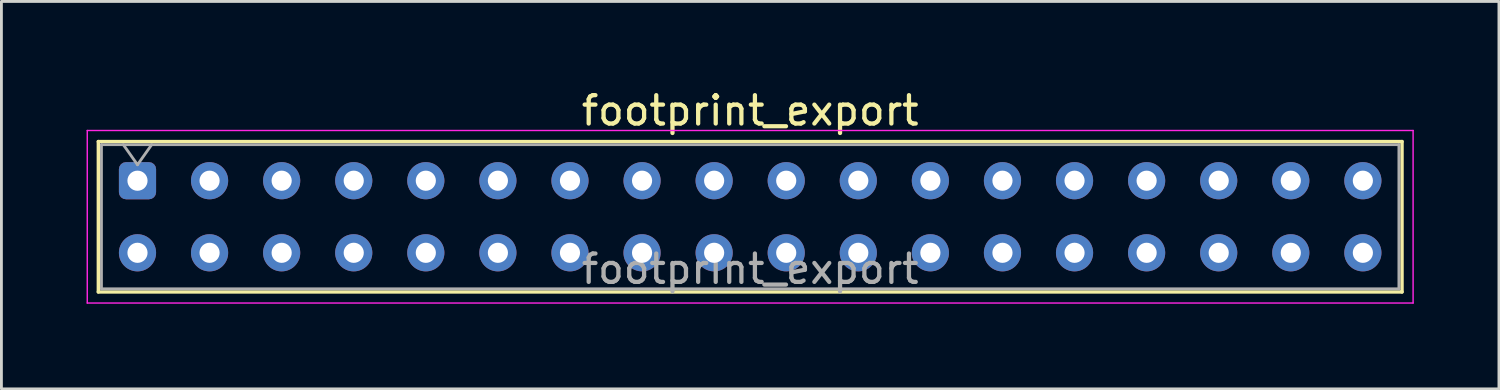
<source format=kicad_pcb>
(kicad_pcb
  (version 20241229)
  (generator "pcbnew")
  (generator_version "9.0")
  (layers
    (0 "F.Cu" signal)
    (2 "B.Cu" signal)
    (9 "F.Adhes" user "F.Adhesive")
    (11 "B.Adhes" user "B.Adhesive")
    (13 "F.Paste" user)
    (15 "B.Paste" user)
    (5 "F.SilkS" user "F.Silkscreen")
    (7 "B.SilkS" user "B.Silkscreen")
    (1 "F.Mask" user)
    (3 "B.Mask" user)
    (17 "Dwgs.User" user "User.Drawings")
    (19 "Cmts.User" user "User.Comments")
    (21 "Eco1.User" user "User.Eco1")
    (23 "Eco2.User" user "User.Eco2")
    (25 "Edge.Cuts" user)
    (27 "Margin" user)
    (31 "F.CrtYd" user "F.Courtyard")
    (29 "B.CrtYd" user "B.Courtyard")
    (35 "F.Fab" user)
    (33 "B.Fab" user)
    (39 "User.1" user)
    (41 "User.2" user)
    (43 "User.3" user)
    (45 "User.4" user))
  (footprint "footprint_export"
    (layer "F.Cu")
    (at 1.795 3.318)
    (property "Reference" "footprint_export" (at 21.59 -2.47 0) (layer "F.SilkS") (effects (font (size 1 1) (thickness 0.15))))
    (attr through_hole)
    (fp_line (start -1.38 -1.38) (end 44.56 -1.38) (stroke (width 0.12) (type solid)) (layer "F.SilkS"))
    (fp_line (start -1.38 3.92) (end -1.38 -1.38) (stroke (width 0.12) (type solid)) (layer "F.SilkS"))
    (fp_line (start 44.56 -1.38) (end 44.56 3.92) (stroke (width 0.12) (type solid)) (layer "F.SilkS"))
    (fp_line (start 44.56 3.92) (end -1.38 3.92) (stroke (width 0.12) (type solid)) (layer "F.SilkS"))
    (fp_line (start -1.77 -1.77) (end 44.95 -1.77) (stroke (width 0.05) (type solid)) (layer "F.CrtYd"))
    (fp_line (start -1.77 4.31) (end -1.77 -1.77) (stroke (width 0.05) (type solid)) (layer "F.CrtYd"))
    (fp_line (start 44.95 -1.77) (end 44.95 4.31) (stroke (width 0.05) (type solid)) (layer "F.CrtYd"))
    (fp_line (start 44.95 4.31) (end -1.77 4.31) (stroke (width 0.05) (type solid)) (layer "F.CrtYd"))
    (fp_line (start -1.27 -1.27) (end 44.45 -1.27) (stroke (width 0.1) (type solid)) (layer "F.Fab"))
    (fp_line (start -1.27 3.81) (end -1.27 -1.27) (stroke (width 0.1) (type solid)) (layer "F.Fab"))
    (fp_line (start -0.5 -1.27) (end 0 -0.563) (stroke (width 0.1) (type solid)) (layer "F.Fab"))
    (fp_line (start 0 -0.563) (end 0.5 -1.27) (stroke (width 0.1) (type solid)) (layer "F.Fab"))
    (fp_line (start 44.45 -1.27) (end 44.45 3.81) (stroke (width 0.1) (type solid)) (layer "F.Fab"))
    (fp_line (start 44.45 3.81) (end -1.27 3.81) (stroke (width 0.1) (type solid)) (layer "F.Fab"))
    (fp_text user "${REFERENCE}" (at 21.59 3.11 0) (layer "F.Fab") (effects (font (size 1 1) (thickness 0.15))))
    (pad "1" thru_hole roundrect (at 0 0) (size 1.31 1.31) (drill 0.71) (layers "*.Cu" "*.Mask") (roundrect_rratio 0.191))
    (pad "2" thru_hole circle (at 0 2.54) (size 1.31 1.31) (drill 0.71) (layers "*.Cu" "*.Mask"))
    (pad "3" thru_hole circle (at 2.54 0) (size 1.31 1.31) (drill 0.71) (layers "*.Cu" "*.Mask"))
    (pad "4" thru_hole circle (at 2.54 2.54) (size 1.31 1.31) (drill 0.71) (layers "*.Cu" "*.Mask"))
    (pad "5" thru_hole circle (at 5.08 0) (size 1.31 1.31) (drill 0.71) (layers "*.Cu" "*.Mask"))
    (pad "6" thru_hole circle (at 5.08 2.54) (size 1.31 1.31) (drill 0.71) (layers "*.Cu" "*.Mask"))
    (pad "7" thru_hole circle (at 7.62 0) (size 1.31 1.31) (drill 0.71) (layers "*.Cu" "*.Mask"))
    (pad "8" thru_hole circle (at 7.62 2.54) (size 1.31 1.31) (drill 0.71) (layers "*.Cu" "*.Mask"))
    (pad "9" thru_hole circle (at 10.16 0) (size 1.31 1.31) (drill 0.71) (layers "*.Cu" "*.Mask"))
    (pad "10" thru_hole circle (at 10.16 2.54) (size 1.31 1.31) (drill 0.71) (layers "*.Cu" "*.Mask"))
    (pad "11" thru_hole circle (at 12.7 0) (size 1.31 1.31) (drill 0.71) (layers "*.Cu" "*.Mask"))
    (pad "12" thru_hole circle (at 12.7 2.54) (size 1.31 1.31) (drill 0.71) (layers "*.Cu" "*.Mask"))
    (pad "13" thru_hole circle (at 15.24 0) (size 1.31 1.31) (drill 0.71) (layers "*.Cu" "*.Mask"))
    (pad "14" thru_hole circle (at 15.24 2.54) (size 1.31 1.31) (drill 0.71) (layers "*.Cu" "*.Mask"))
    (pad "15" thru_hole circle (at 17.78 0) (size 1.31 1.31) (drill 0.71) (layers "*.Cu" "*.Mask"))
    (pad "16" thru_hole circle (at 17.78 2.54) (size 1.31 1.31) (drill 0.71) (layers "*.Cu" "*.Mask"))
    (pad "17" thru_hole circle (at 20.32 0) (size 1.31 1.31) (drill 0.71) (layers "*.Cu" "*.Mask"))
    (pad "18" thru_hole circle (at 20.32 2.54) (size 1.31 1.31) (drill 0.71) (layers "*.Cu" "*.Mask"))
    (pad "19" thru_hole circle (at 22.86 0) (size 1.31 1.31) (drill 0.71) (layers "*.Cu" "*.Mask"))
    (pad "20" thru_hole circle (at 22.86 2.54) (size 1.31 1.31) (drill 0.71) (layers "*.Cu" "*.Mask"))
    (pad "21" thru_hole circle (at 25.4 0) (size 1.31 1.31) (drill 0.71) (layers "*.Cu" "*.Mask"))
    (pad "22" thru_hole circle (at 25.4 2.54) (size 1.31 1.31) (drill 0.71) (layers "*.Cu" "*.Mask"))
    (pad "23" thru_hole circle (at 27.94 0) (size 1.31 1.31) (drill 0.71) (layers "*.Cu" "*.Mask"))
    (pad "24" thru_hole circle (at 27.94 2.54) (size 1.31 1.31) (drill 0.71) (layers "*.Cu" "*.Mask"))
    (pad "25" thru_hole circle (at 30.48 0) (size 1.31 1.31) (drill 0.71) (layers "*.Cu" "*.Mask"))
    (pad "26" thru_hole circle (at 30.48 2.54) (size 1.31 1.31) (drill 0.71) (layers "*.Cu" "*.Mask"))
    (pad "27" thru_hole circle (at 33.02 0) (size 1.31 1.31) (drill 0.71) (layers "*.Cu" "*.Mask"))
    (pad "28" thru_hole circle (at 33.02 2.54) (size 1.31 1.31) (drill 0.71) (layers "*.Cu" "*.Mask"))
    (pad "29" thru_hole circle (at 35.56 0) (size 1.31 1.31) (drill 0.71) (layers "*.Cu" "*.Mask"))
    (pad "30" thru_hole circle (at 35.56 2.54) (size 1.31 1.31) (drill 0.71) (layers "*.Cu" "*.Mask"))
    (pad "31" thru_hole circle (at 38.1 0) (size 1.31 1.31) (drill 0.71) (layers "*.Cu" "*.Mask"))
    (pad "32" thru_hole circle (at 38.1 2.54) (size 1.31 1.31) (drill 0.71) (layers "*.Cu" "*.Mask"))
    (pad "33" thru_hole circle (at 40.64 0) (size 1.31 1.31) (drill 0.71) (layers "*.Cu" "*.Mask"))
    (pad "34" thru_hole circle (at 40.64 2.54) (size 1.31 1.31) (drill 0.71) (layers "*.Cu" "*.Mask"))
    (pad "35" thru_hole circle (at 43.18 0) (size 1.31 1.31) (drill 0.71) (layers "*.Cu" "*.Mask"))
    (pad "36" thru_hole circle (at 43.18 2.54) (size 1.31 1.31) (drill 0.71) (layers "*.Cu" "*.Mask")))
  (gr_rect
    (start -3 -3)
    (end 49.77 10.653)
    (stroke (width 0.1) (type default))
    (fill no)
    (layer "Edge.Cuts")))
</source>
